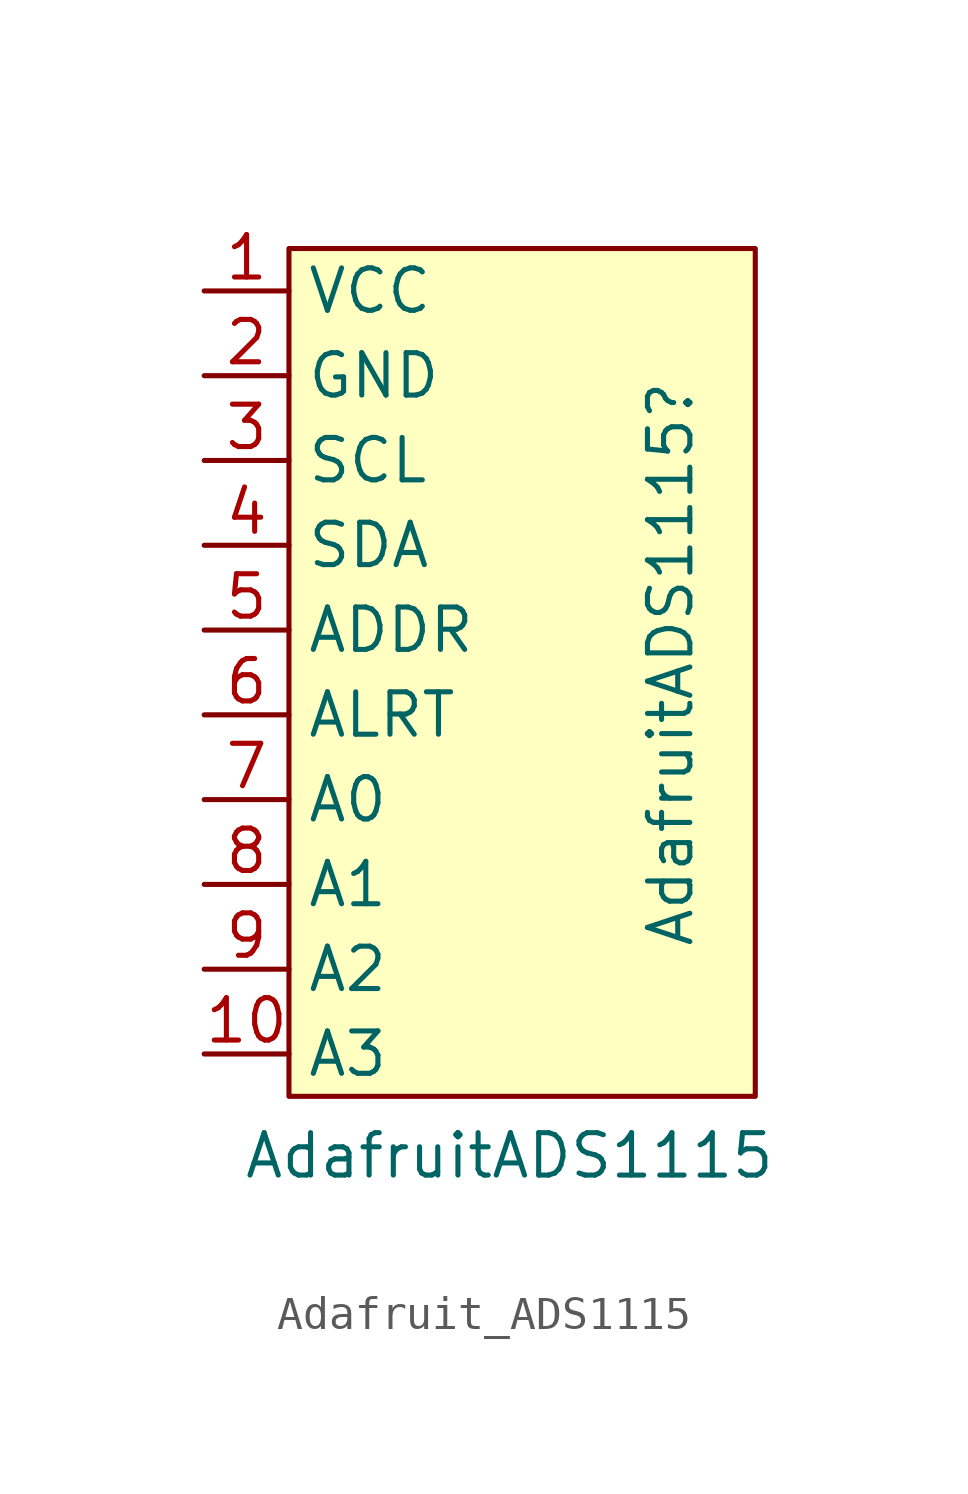
<source format=kicad_sym>
(kicad_symbol_lib
  (version 20231120)
  (generator "kicad_symbol_editor")
  (generator_version "8.0")
  (symbol "Adafruit_ADS1115"
    (property "Reference" "AdafruitADS1115"
      (at 6.35 0.254 90)
      (effects (font (size 1.27 1.27))))
    (property "Value" "AdafruitADS1115"
      (at 1.524 -14.478 0)
      (effects (font (size 1.27 1.27))))
    (symbol "Adafruit_ADS1115_1_1"
      (rectangle (start -5.08 12.7) (end 8.89 -12.7) (stroke (width 0) (type default)) (fill (type background)))
      (pin power_in line (at -7.62 11.43 0) (length 2.54) (name "VCC" (effects (font (size 1.27 1.27)))) (number "1" (effects (font (size 1.27 1.27)))))
      (pin input line (at -7.62 -11.43 0) (length 2.54) (name "A3" (effects (font (size 1.27 1.27)))) (number "10" (effects (font (size 1.27 1.27)))))
      (pin power_in line (at -7.62 8.89 0) (length 2.54) (name "GND" (effects (font (size 1.27 1.27)))) (number "2" (effects (font (size 1.27 1.27)))))
      (pin input line (at -7.62 6.35 0) (length 2.54) (name "SCL" (effects (font (size 1.27 1.27)))) (number "3" (effects (font (size 1.27 1.27)))))
      (pin input line (at -7.62 3.81 0) (length 2.54) (name "SDA" (effects (font (size 1.27 1.27)))) (number "4" (effects (font (size 1.27 1.27)))))
      (pin input line (at -7.62 1.27 0) (length 2.54) (name "ADDR" (effects (font (size 1.27 1.27)))) (number "5" (effects (font (size 1.27 1.27)))))
      (pin input line (at -7.62 -1.27 0) (length 2.54) (name "ALRT" (effects (font (size 1.27 1.27)))) (number "6" (effects (font (size 1.27 1.27)))))
      (pin input line (at -7.62 -3.81 0) (length 2.54) (name "A0" (effects (font (size 1.27 1.27)))) (number "7" (effects (font (size 1.27 1.27)))))
      (pin input line (at -7.62 -6.35 0) (length 2.54) (name "A1" (effects (font (size 1.27 1.27)))) (number "8" (effects (font (size 1.27 1.27)))))
      (pin input line (at -7.62 -8.89 0) (length 2.54) (name "A2" (effects (font (size 1.27 1.27)))) (number "9" (effects (font (size 1.27 1.27))))))))
</source>
